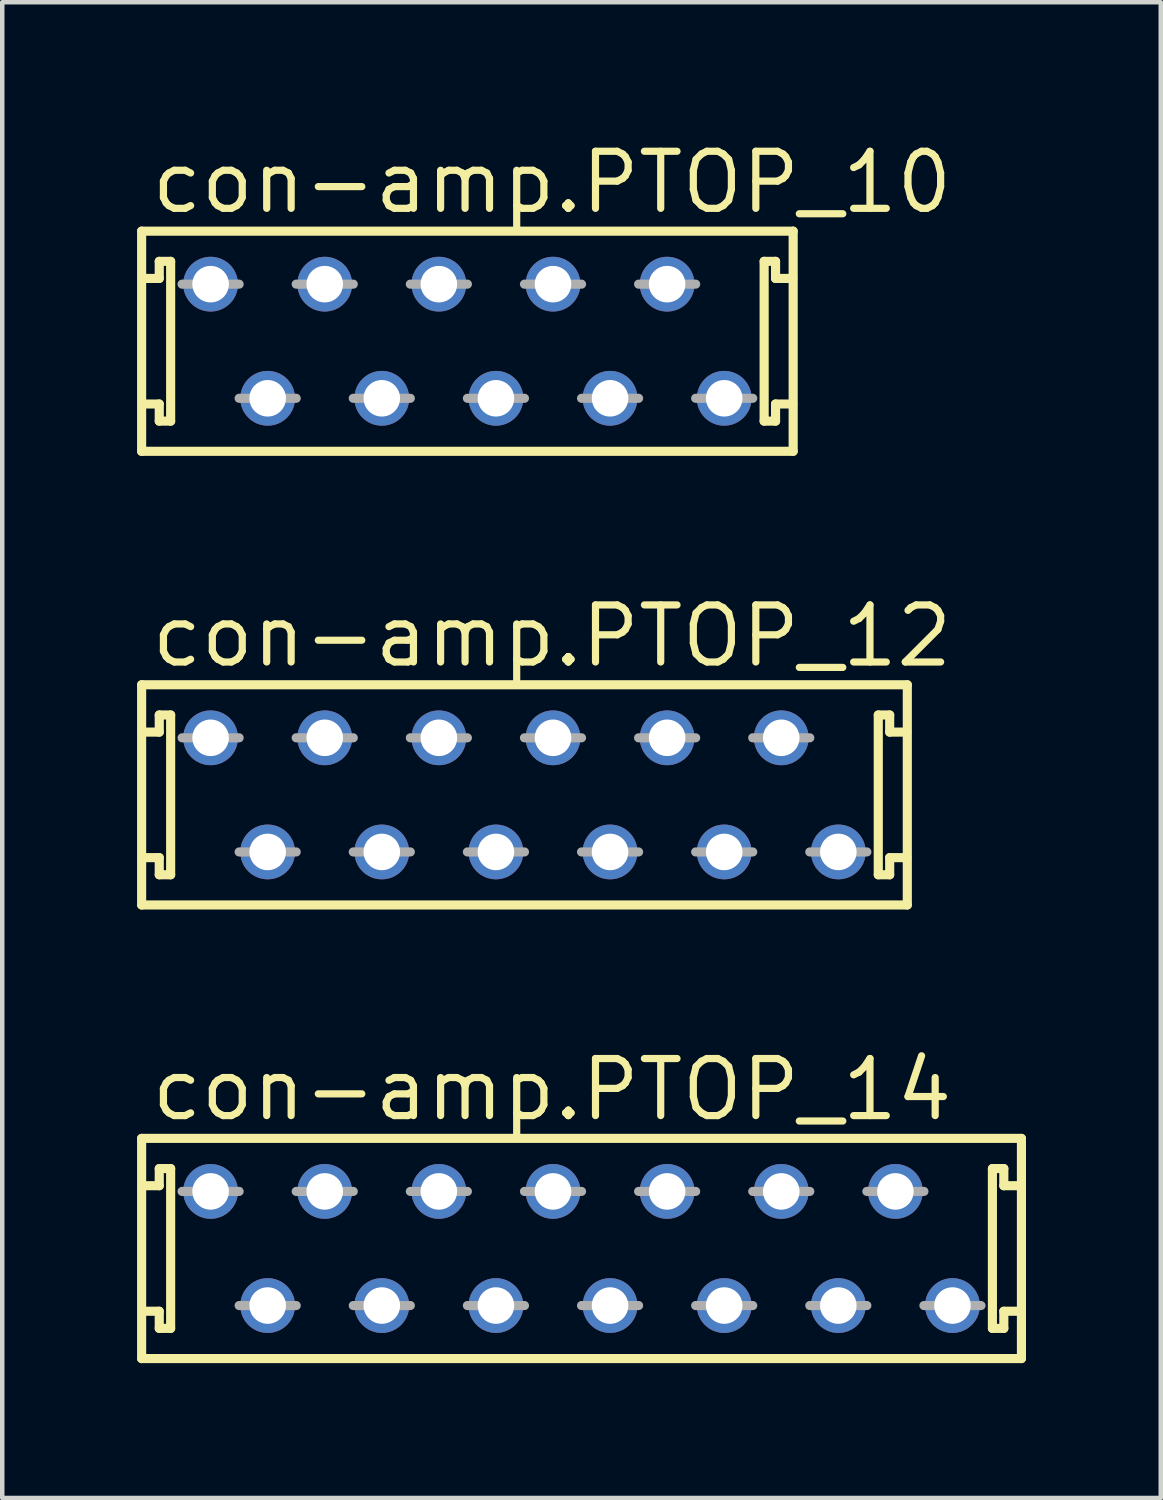
<source format=kicad_pcb>
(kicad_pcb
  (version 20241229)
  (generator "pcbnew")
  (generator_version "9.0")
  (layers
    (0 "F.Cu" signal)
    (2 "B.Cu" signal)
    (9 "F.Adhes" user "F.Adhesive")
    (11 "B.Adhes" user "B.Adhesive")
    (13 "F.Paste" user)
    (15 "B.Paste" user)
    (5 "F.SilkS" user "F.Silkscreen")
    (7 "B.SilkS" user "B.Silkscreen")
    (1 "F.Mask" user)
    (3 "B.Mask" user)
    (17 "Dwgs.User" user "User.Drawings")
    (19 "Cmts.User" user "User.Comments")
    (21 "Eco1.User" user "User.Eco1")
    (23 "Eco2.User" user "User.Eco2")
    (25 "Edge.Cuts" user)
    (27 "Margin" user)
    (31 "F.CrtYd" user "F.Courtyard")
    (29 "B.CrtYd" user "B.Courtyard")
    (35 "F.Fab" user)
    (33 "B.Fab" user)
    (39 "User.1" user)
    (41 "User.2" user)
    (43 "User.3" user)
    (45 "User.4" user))
  (footprint "con-amp.PTOP_14"
    (layer "F.Cu")
    (at 9.892 24.735)
    (property "Reference" "con-amp.PTOP_14" (at -9.652 -2.794 0) (layer "F.SilkS") (effects (font (size 1.27 1.27) (thickness 0.16)) (justify left bottom)))
    (attr through_hole)
    (fp_line (start -9.79 -2.45) (end 9.79 -2.45) (stroke (width 0.203) (type default)) (layer "F.SilkS"))
    (fp_line (start -9.79 2.45) (end -9.79 -2.45) (stroke (width 0.203) (type default)) (layer "F.SilkS"))
    (fp_line (start -9.398 -1.778) (end -9.398 -1.397) (stroke (width 0.203) (type default)) (layer "F.SilkS"))
    (fp_line (start -9.398 -1.397) (end -9.779 -1.397) (stroke (width 0.203) (type default)) (layer "F.SilkS"))
    (fp_line (start -9.398 1.397) (end -9.779 1.397) (stroke (width 0.203) (type default)) (layer "F.SilkS"))
    (fp_line (start -9.398 1.778) (end -9.398 1.397) (stroke (width 0.203) (type default)) (layer "F.SilkS"))
    (fp_line (start -9.144 -1.778) (end -9.398 -1.778) (stroke (width 0.203) (type default)) (layer "F.SilkS"))
    (fp_line (start -9.144 1.778) (end -9.398 1.778) (stroke (width 0.203) (type default)) (layer "F.SilkS"))
    (fp_line (start -9.144 1.778) (end -9.144 -1.778) (stroke (width 0.203) (type default)) (layer "F.SilkS"))
    (fp_line (start 9.144 -1.778) (end 9.144 1.778) (stroke (width 0.203) (type default)) (layer "F.SilkS"))
    (fp_line (start 9.144 -1.778) (end 9.398 -1.778) (stroke (width 0.203) (type default)) (layer "F.SilkS"))
    (fp_line (start 9.144 1.778) (end 9.398 1.778) (stroke (width 0.203) (type default)) (layer "F.SilkS"))
    (fp_line (start 9.398 -1.778) (end 9.398 -1.397) (stroke (width 0.203) (type default)) (layer "F.SilkS"))
    (fp_line (start 9.398 -1.397) (end 9.779 -1.397) (stroke (width 0.203) (type default)) (layer "F.SilkS"))
    (fp_line (start 9.398 1.397) (end 9.779 1.397) (stroke (width 0.203) (type default)) (layer "F.SilkS"))
    (fp_line (start 9.398 1.778) (end 9.398 1.397) (stroke (width 0.203) (type default)) (layer "F.SilkS"))
    (fp_line (start 9.79 -2.45) (end 9.79 2.45) (stroke (width 0.203) (type default)) (layer "F.SilkS"))
    (fp_line (start 9.79 2.45) (end -9.79 2.45) (stroke (width 0.203) (type default)) (layer "F.SilkS"))
    (fp_line (start -8.89 -1.27) (end -7.62 -1.27) (stroke (width 0.203) (type default)) (layer "F.Fab"))
    (fp_line (start -7.62 1.27) (end -6.35 1.27) (stroke (width 0.203) (type default)) (layer "F.Fab"))
    (fp_line (start -6.35 -1.27) (end -5.08 -1.27) (stroke (width 0.203) (type default)) (layer "F.Fab"))
    (fp_line (start -5.08 1.27) (end -3.81 1.27) (stroke (width 0.203) (type default)) (layer "F.Fab"))
    (fp_line (start -3.81 -1.27) (end -2.54 -1.27) (stroke (width 0.203) (type default)) (layer "F.Fab"))
    (fp_line (start -2.54 1.27) (end -1.27 1.27) (stroke (width 0.203) (type default)) (layer "F.Fab"))
    (fp_line (start -1.27 -1.27) (end 0 -1.27) (stroke (width 0.203) (type default)) (layer "F.Fab"))
    (fp_line (start 0 1.27) (end 1.27 1.27) (stroke (width 0.203) (type default)) (layer "F.Fab"))
    (fp_line (start 1.27 -1.27) (end 2.54 -1.27) (stroke (width 0.203) (type default)) (layer "F.Fab"))
    (fp_line (start 2.54 1.27) (end 3.81 1.27) (stroke (width 0.203) (type default)) (layer "F.Fab"))
    (fp_line (start 3.81 -1.27) (end 5.08 -1.27) (stroke (width 0.203) (type default)) (layer "F.Fab"))
    (fp_line (start 5.08 1.27) (end 6.35 1.27) (stroke (width 0.203) (type default)) (layer "F.Fab"))
    (fp_line (start 6.35 -1.27) (end 7.62 -1.27) (stroke (width 0.203) (type default)) (layer "F.Fab"))
    (fp_line (start 7.62 1.27) (end 8.89 1.27) (stroke (width 0.203) (type default)) (layer "F.Fab"))
    (pad "1" thru_hole circle (at -8.255 -1.27) (size 1.219 1.219) (drill 0.813) (layers "*.Cu" "*.Mask"))
    (pad "2" thru_hole circle (at -6.985 1.27) (size 1.219 1.219) (drill 0.813) (layers "*.Cu" "*.Mask"))
    (pad "3" thru_hole circle (at -5.715 -1.27) (size 1.219 1.219) (drill 0.813) (layers "*.Cu" "*.Mask"))
    (pad "4" thru_hole circle (at -4.445 1.27) (size 1.219 1.219) (drill 0.813) (layers "*.Cu" "*.Mask"))
    (pad "5" thru_hole circle (at -3.175 -1.27) (size 1.219 1.219) (drill 0.813) (layers "*.Cu" "*.Mask"))
    (pad "6" thru_hole circle (at -1.905 1.27) (size 1.219 1.219) (drill 0.813) (layers "*.Cu" "*.Mask"))
    (pad "7" thru_hole circle (at -0.635 -1.27) (size 1.219 1.219) (drill 0.813) (layers "*.Cu" "*.Mask"))
    (pad "8" thru_hole circle (at 0.635 1.27) (size 1.219 1.219) (drill 0.813) (layers "*.Cu" "*.Mask"))
    (pad "9" thru_hole circle (at 1.905 -1.27) (size 1.219 1.219) (drill 0.813) (layers "*.Cu" "*.Mask"))
    (pad "10" thru_hole circle (at 3.175 1.27) (size 1.219 1.219) (drill 0.813) (layers "*.Cu" "*.Mask"))
    (pad "11" thru_hole circle (at 4.445 -1.27) (size 1.219 1.219) (drill 0.813) (layers "*.Cu" "*.Mask"))
    (pad "12" thru_hole circle (at 5.715 1.27) (size 1.219 1.219) (drill 0.813) (layers "*.Cu" "*.Mask"))
    (pad "13" thru_hole circle (at 6.985 -1.27) (size 1.219 1.219) (drill 0.813) (layers "*.Cu" "*.Mask"))
    (pad "14" thru_hole circle (at 8.255 1.27) (size 1.219 1.219) (drill 0.813) (layers "*.Cu" "*.Mask")))
  (footprint "con-amp.PTOP_12"
    (layer "F.Cu")
    (at 8.622 14.64)
    (property "Reference" "con-amp.PTOP_12" (at -8.382 -2.794 0) (layer "F.SilkS") (effects (font (size 1.27 1.27) (thickness 0.16)) (justify left bottom)))
    (attr through_hole)
    (fp_line (start -8.52 -2.45) (end 8.52 -2.45) (stroke (width 0.203) (type default)) (layer "F.SilkS"))
    (fp_line (start -8.52 2.45) (end -8.52 -2.45) (stroke (width 0.203) (type default)) (layer "F.SilkS"))
    (fp_line (start -8.128 -1.778) (end -8.128 -1.397) (stroke (width 0.203) (type default)) (layer "F.SilkS"))
    (fp_line (start -8.128 -1.397) (end -8.509 -1.397) (stroke (width 0.203) (type default)) (layer "F.SilkS"))
    (fp_line (start -8.128 1.397) (end -8.509 1.397) (stroke (width 0.203) (type default)) (layer "F.SilkS"))
    (fp_line (start -8.128 1.778) (end -8.128 1.397) (stroke (width 0.203) (type default)) (layer "F.SilkS"))
    (fp_line (start -7.874 -1.778) (end -8.128 -1.778) (stroke (width 0.203) (type default)) (layer "F.SilkS"))
    (fp_line (start -7.874 1.778) (end -8.128 1.778) (stroke (width 0.203) (type default)) (layer "F.SilkS"))
    (fp_line (start -7.874 1.778) (end -7.874 -1.778) (stroke (width 0.203) (type default)) (layer "F.SilkS"))
    (fp_line (start 7.874 -1.778) (end 7.874 1.778) (stroke (width 0.203) (type default)) (layer "F.SilkS"))
    (fp_line (start 7.874 -1.778) (end 8.128 -1.778) (stroke (width 0.203) (type default)) (layer "F.SilkS"))
    (fp_line (start 7.874 1.778) (end 8.128 1.778) (stroke (width 0.203) (type default)) (layer "F.SilkS"))
    (fp_line (start 8.128 -1.778) (end 8.128 -1.397) (stroke (width 0.203) (type default)) (layer "F.SilkS"))
    (fp_line (start 8.128 -1.397) (end 8.509 -1.397) (stroke (width 0.203) (type default)) (layer "F.SilkS"))
    (fp_line (start 8.128 1.397) (end 8.509 1.397) (stroke (width 0.203) (type default)) (layer "F.SilkS"))
    (fp_line (start 8.128 1.778) (end 8.128 1.397) (stroke (width 0.203) (type default)) (layer "F.SilkS"))
    (fp_line (start 8.52 -2.45) (end 8.52 2.45) (stroke (width 0.203) (type default)) (layer "F.SilkS"))
    (fp_line (start 8.52 2.45) (end -8.52 2.45) (stroke (width 0.203) (type default)) (layer "F.SilkS"))
    (fp_line (start -7.62 -1.27) (end -6.35 -1.27) (stroke (width 0.203) (type default)) (layer "F.Fab"))
    (fp_line (start -6.35 1.27) (end -5.08 1.27) (stroke (width 0.203) (type default)) (layer "F.Fab"))
    (fp_line (start -5.08 -1.27) (end -3.81 -1.27) (stroke (width 0.203) (type default)) (layer "F.Fab"))
    (fp_line (start -3.81 1.27) (end -2.54 1.27) (stroke (width 0.203) (type default)) (layer "F.Fab"))
    (fp_line (start -2.54 -1.27) (end -1.27 -1.27) (stroke (width 0.203) (type default)) (layer "F.Fab"))
    (fp_line (start -1.27 1.27) (end 0 1.27) (stroke (width 0.203) (type default)) (layer "F.Fab"))
    (fp_line (start 0 -1.27) (end 1.27 -1.27) (stroke (width 0.203) (type default)) (layer "F.Fab"))
    (fp_line (start 1.27 1.27) (end 2.54 1.27) (stroke (width 0.203) (type default)) (layer "F.Fab"))
    (fp_line (start 2.54 -1.27) (end 3.81 -1.27) (stroke (width 0.203) (type default)) (layer "F.Fab"))
    (fp_line (start 3.81 1.27) (end 5.08 1.27) (stroke (width 0.203) (type default)) (layer "F.Fab"))
    (fp_line (start 5.08 -1.27) (end 6.35 -1.27) (stroke (width 0.203) (type default)) (layer "F.Fab"))
    (fp_line (start 6.35 1.27) (end 7.62 1.27) (stroke (width 0.203) (type default)) (layer "F.Fab"))
    (pad "1" thru_hole circle (at -6.985 -1.27) (size 1.219 1.219) (drill 0.813) (layers "*.Cu" "*.Mask"))
    (pad "2" thru_hole circle (at -5.715 1.27) (size 1.219 1.219) (drill 0.813) (layers "*.Cu" "*.Mask"))
    (pad "3" thru_hole circle (at -4.445 -1.27) (size 1.219 1.219) (drill 0.813) (layers "*.Cu" "*.Mask"))
    (pad "4" thru_hole circle (at -3.175 1.27) (size 1.219 1.219) (drill 0.813) (layers "*.Cu" "*.Mask"))
    (pad "5" thru_hole circle (at -1.905 -1.27) (size 1.219 1.219) (drill 0.813) (layers "*.Cu" "*.Mask"))
    (pad "6" thru_hole circle (at -0.635 1.27) (size 1.219 1.219) (drill 0.813) (layers "*.Cu" "*.Mask"))
    (pad "7" thru_hole circle (at 0.635 -1.27) (size 1.219 1.219) (drill 0.813) (layers "*.Cu" "*.Mask"))
    (pad "8" thru_hole circle (at 1.905 1.27) (size 1.219 1.219) (drill 0.813) (layers "*.Cu" "*.Mask"))
    (pad "9" thru_hole circle (at 3.175 -1.27) (size 1.219 1.219) (drill 0.813) (layers "*.Cu" "*.Mask"))
    (pad "10" thru_hole circle (at 4.445 1.27) (size 1.219 1.219) (drill 0.813) (layers "*.Cu" "*.Mask"))
    (pad "11" thru_hole circle (at 5.715 -1.27) (size 1.219 1.219) (drill 0.813) (layers "*.Cu" "*.Mask"))
    (pad "12" thru_hole circle (at 6.985 1.27) (size 1.219 1.219) (drill 0.813) (layers "*.Cu" "*.Mask")))
  (footprint "con-amp.PTOP_10"
    (layer "F.Cu")
    (at 7.352 4.544)
    (property "Reference" "con-amp.PTOP_10" (at -7.112 -2.794 0) (layer "F.SilkS") (effects (font (size 1.27 1.27) (thickness 0.16)) (justify left bottom)))
    (attr through_hole)
    (fp_line (start -7.25 -2.45) (end 7.25 -2.45) (stroke (width 0.203) (type default)) (layer "F.SilkS"))
    (fp_line (start -7.25 2.45) (end -7.25 -2.45) (stroke (width 0.203) (type default)) (layer "F.SilkS"))
    (fp_line (start -6.858 -1.778) (end -6.858 -1.397) (stroke (width 0.203) (type default)) (layer "F.SilkS"))
    (fp_line (start -6.858 -1.397) (end -7.239 -1.397) (stroke (width 0.203) (type default)) (layer "F.SilkS"))
    (fp_line (start -6.858 1.397) (end -7.239 1.397) (stroke (width 0.203) (type default)) (layer "F.SilkS"))
    (fp_line (start -6.858 1.778) (end -6.858 1.397) (stroke (width 0.203) (type default)) (layer "F.SilkS"))
    (fp_line (start -6.604 -1.778) (end -6.858 -1.778) (stroke (width 0.203) (type default)) (layer "F.SilkS"))
    (fp_line (start -6.604 1.778) (end -6.858 1.778) (stroke (width 0.203) (type default)) (layer "F.SilkS"))
    (fp_line (start -6.604 1.778) (end -6.604 -1.778) (stroke (width 0.203) (type default)) (layer "F.SilkS"))
    (fp_line (start 6.604 -1.778) (end 6.604 1.778) (stroke (width 0.203) (type default)) (layer "F.SilkS"))
    (fp_line (start 6.604 -1.778) (end 6.858 -1.778) (stroke (width 0.203) (type default)) (layer "F.SilkS"))
    (fp_line (start 6.604 1.778) (end 6.858 1.778) (stroke (width 0.203) (type default)) (layer "F.SilkS"))
    (fp_line (start 6.858 -1.778) (end 6.858 -1.397) (stroke (width 0.203) (type default)) (layer "F.SilkS"))
    (fp_line (start 6.858 -1.397) (end 7.239 -1.397) (stroke (width 0.203) (type default)) (layer "F.SilkS"))
    (fp_line (start 6.858 1.397) (end 7.239 1.397) (stroke (width 0.203) (type default)) (layer "F.SilkS"))
    (fp_line (start 6.858 1.778) (end 6.858 1.397) (stroke (width 0.203) (type default)) (layer "F.SilkS"))
    (fp_line (start 7.25 -2.45) (end 7.25 2.45) (stroke (width 0.203) (type default)) (layer "F.SilkS"))
    (fp_line (start 7.25 2.45) (end -7.25 2.45) (stroke (width 0.203) (type default)) (layer "F.SilkS"))
    (fp_line (start -6.35 -1.27) (end -5.08 -1.27) (stroke (width 0.203) (type default)) (layer "F.Fab"))
    (fp_line (start -5.08 1.27) (end -3.81 1.27) (stroke (width 0.203) (type default)) (layer "F.Fab"))
    (fp_line (start -3.81 -1.27) (end -2.54 -1.27) (stroke (width 0.203) (type default)) (layer "F.Fab"))
    (fp_line (start -2.54 1.27) (end -1.27 1.27) (stroke (width 0.203) (type default)) (layer "F.Fab"))
    (fp_line (start -1.27 -1.27) (end 0 -1.27) (stroke (width 0.203) (type default)) (layer "F.Fab"))
    (fp_line (start 0 1.27) (end 1.27 1.27) (stroke (width 0.203) (type default)) (layer "F.Fab"))
    (fp_line (start 1.27 -1.27) (end 2.54 -1.27) (stroke (width 0.203) (type default)) (layer "F.Fab"))
    (fp_line (start 2.54 1.27) (end 3.81 1.27) (stroke (width 0.203) (type default)) (layer "F.Fab"))
    (fp_line (start 3.81 -1.27) (end 5.08 -1.27) (stroke (width 0.203) (type default)) (layer "F.Fab"))
    (fp_line (start 5.08 1.27) (end 6.35 1.27) (stroke (width 0.203) (type default)) (layer "F.Fab"))
    (pad "1" thru_hole circle (at -5.715 -1.27) (size 1.219 1.219) (drill 0.813) (layers "*.Cu" "*.Mask"))
    (pad "2" thru_hole circle (at -4.445 1.27) (size 1.219 1.219) (drill 0.813) (layers "*.Cu" "*.Mask"))
    (pad "3" thru_hole circle (at -3.175 -1.27) (size 1.219 1.219) (drill 0.813) (layers "*.Cu" "*.Mask"))
    (pad "4" thru_hole circle (at -1.905 1.27) (size 1.219 1.219) (drill 0.813) (layers "*.Cu" "*.Mask"))
    (pad "5" thru_hole circle (at -0.635 -1.27) (size 1.219 1.219) (drill 0.813) (layers "*.Cu" "*.Mask"))
    (pad "6" thru_hole circle (at 0.635 1.27) (size 1.219 1.219) (drill 0.813) (layers "*.Cu" "*.Mask"))
    (pad "7" thru_hole circle (at 1.905 -1.27) (size 1.219 1.219) (drill 0.813) (layers "*.Cu" "*.Mask"))
    (pad "8" thru_hole circle (at 3.175 1.27) (size 1.219 1.219) (drill 0.813) (layers "*.Cu" "*.Mask"))
    (pad "9" thru_hole circle (at 4.445 -1.27) (size 1.219 1.219) (drill 0.813) (layers "*.Cu" "*.Mask"))
    (pad "10" thru_hole circle (at 5.715 1.27) (size 1.219 1.219) (drill 0.813) (layers "*.Cu" "*.Mask")))
  (gr_rect
    (start -3 -3)
    (end 22.783 30.287)
    (stroke (width 0.1) (type default))
    (fill no)
    (layer "Edge.Cuts")))
</source>
